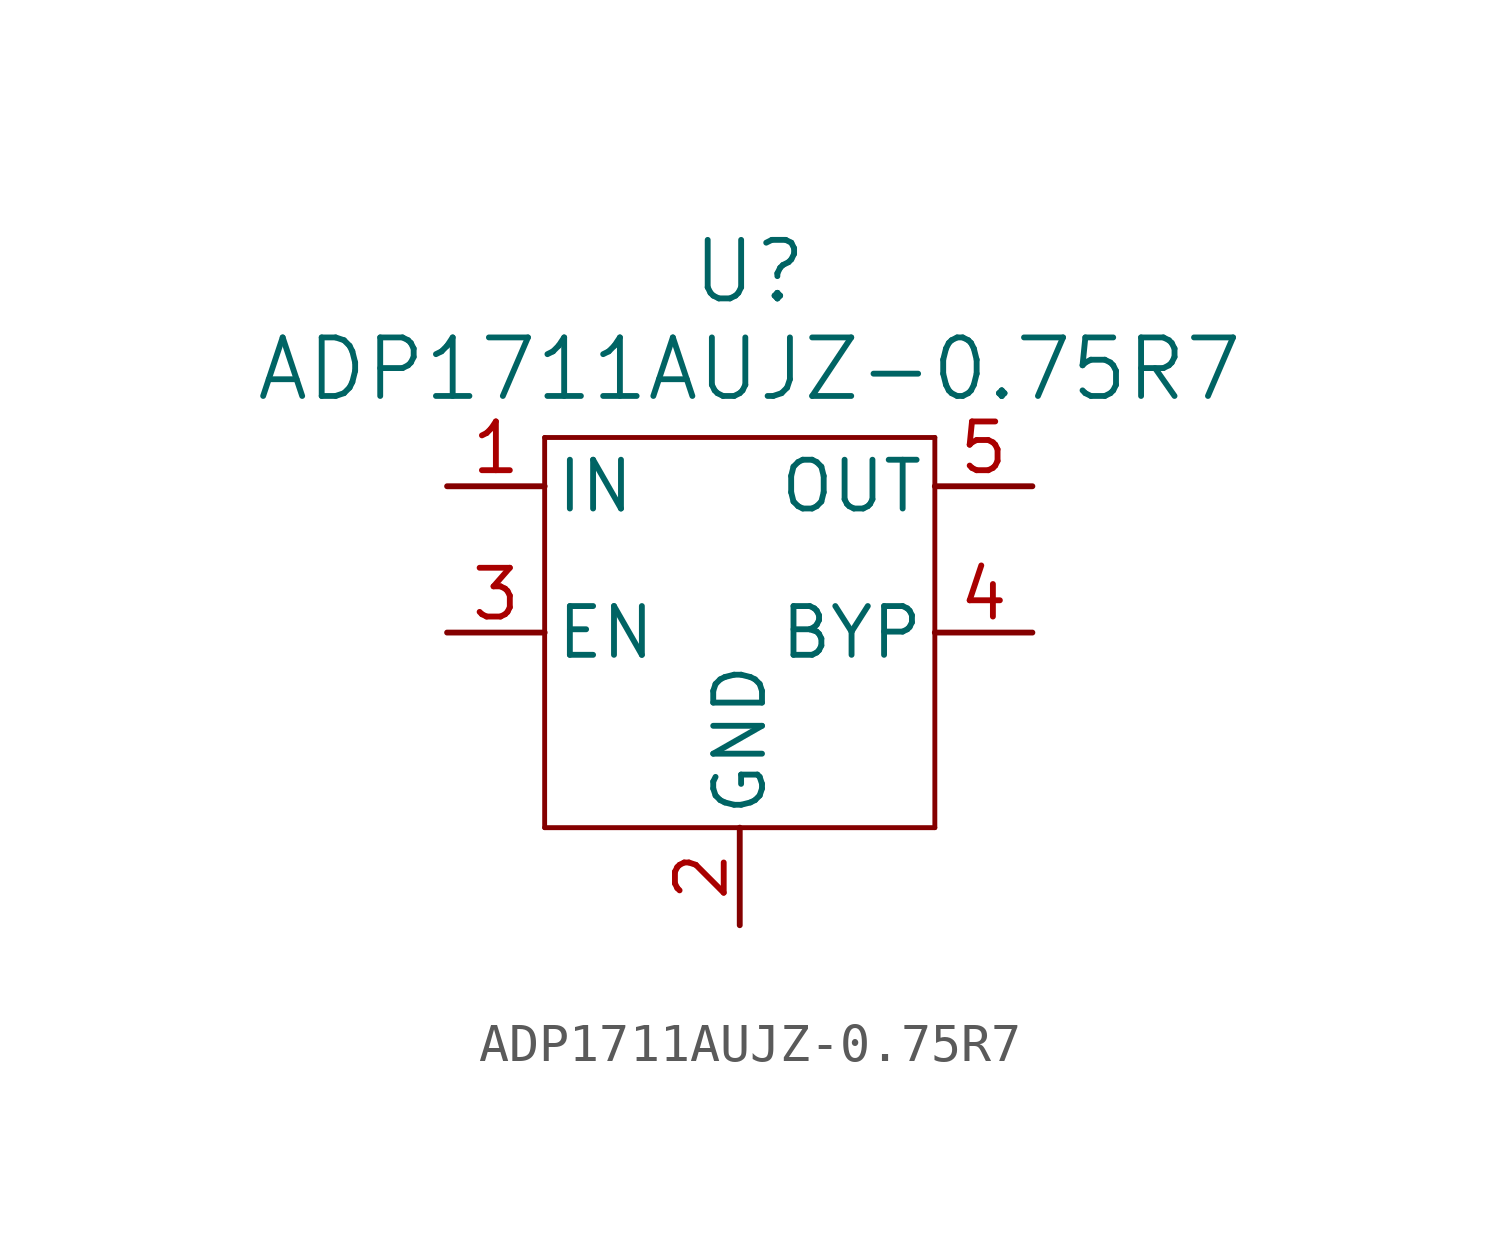
<source format=kicad_sym>
(kicad_symbol_lib
  (version 20231120)
  (generator "kicad_symbol_editor")
  (generator_version "8.0")
  (symbol "ADP1711AUJZ-0.75R7"
    (pin_names
      (offset 0.254))
    (property "Reference" "U"
      (at 12.954 4.318 0)
      (effects (font (size 1.524 1.524))))
    (property "Value" "ADP1711AUJZ-0.75R7"
      (at 12.954 1.778 0)
      (effects (font (size 1.524 1.524))))
    (property "ki_locked" ""
      (at 0 0 0)
      (effects (font (size 1.27 1.27))))
    (symbol "ADP1711AUJZ-0.75R7_0_1"
      (polyline (pts (xy 7.62 -10.16) (xy 17.78 -10.16)) (stroke (width 0.127) (type default)) (fill (type none)))
      (polyline (pts (xy 7.62 0) (xy 7.62 -10.16)) (stroke (width 0.127) (type default)) (fill (type none)))
      (polyline (pts (xy 17.78 -10.16) (xy 17.78 0)) (stroke (width 0.127) (type default)) (fill (type none)))
      (polyline (pts (xy 17.78 0) (xy 7.62 0)) (stroke (width 0.127) (type default)) (fill (type none))))
    (symbol "ADP1711AUJZ-0.75R7_1_1"
      (pin unspecified line (at 5.08 -1.27 0) (length 2.54) (name "IN" (effects (font (size 1.27 1.27)))) (number "1" (effects (font (size 1.27 1.27)))))
      (pin unspecified line (at 12.7 -12.7 90) (length 2.54) (name "GND" (effects (font (size 1.27 1.27)))) (number "2" (effects (font (size 1.27 1.27)))))
      (pin unspecified line (at 5.08 -5.08 0) (length 2.54) (name "EN" (effects (font (size 1.27 1.27)))) (number "3" (effects (font (size 1.27 1.27)))))
      (pin unspecified line (at 20.32 -5.08 180) (length 2.54) (name "BYP" (effects (font (size 1.27 1.27)))) (number "4" (effects (font (size 1.27 1.27)))))
      (pin unspecified line (at 20.32 -1.27 180) (length 2.54) (name "OUT" (effects (font (size 1.27 1.27)))) (number "5" (effects (font (size 1.27 1.27))))))))
</source>
